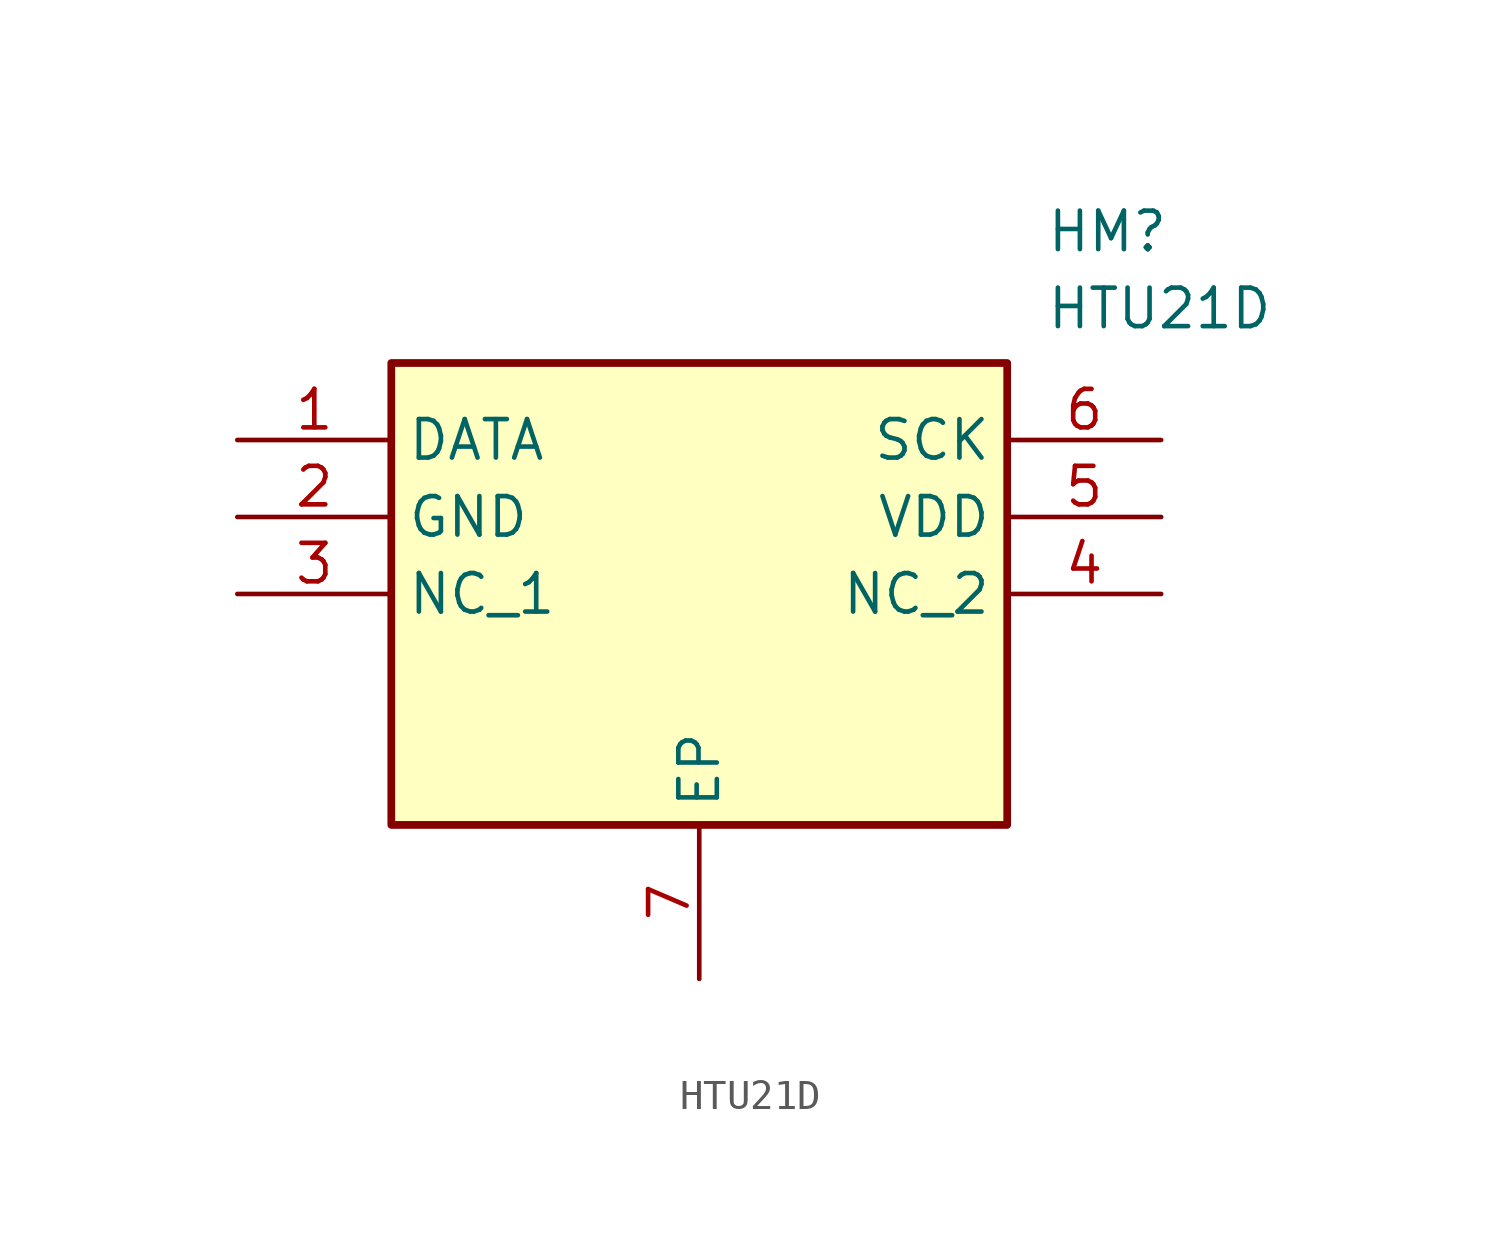
<source format=kicad_sym>
(kicad_symbol_lib
  (version 20231120)
  (generator "kicad_symbol_editor")
  (generator_version "8.0")
  (symbol "HTU21D"
    (property "Reference" "HM"
      (at 26.67 7.62 0)
      (effects (font (size 1.27 1.27)) (justify left top)))
    (property "Value" "HTU21D"
      (at 26.67 5.08 0)
      (effects (font (size 1.27 1.27)) (justify left top)))
    (symbol "HTU21D_1_1"
      (rectangle (start 5.08 2.54) (end 25.4 -12.7) (stroke (width 0.254) (type default)) (fill (type background)))
      (pin passive line (at 0 0 0) (length 5.08) (name "DATA" (effects (font (size 1.27 1.27)))) (number "1" (effects (font (size 1.27 1.27)))))
      (pin passive line (at 0 -2.54 0) (length 5.08) (name "GND" (effects (font (size 1.27 1.27)))) (number "2" (effects (font (size 1.27 1.27)))))
      (pin passive line (at 0 -5.08 0) (length 5.08) (name "NC_1" (effects (font (size 1.27 1.27)))) (number "3" (effects (font (size 1.27 1.27)))))
      (pin passive line (at 30.48 -5.08 180) (length 5.08) (name "NC_2" (effects (font (size 1.27 1.27)))) (number "4" (effects (font (size 1.27 1.27)))))
      (pin passive line (at 30.48 -2.54 180) (length 5.08) (name "VDD" (effects (font (size 1.27 1.27)))) (number "5" (effects (font (size 1.27 1.27)))))
      (pin passive line (at 30.48 0 180) (length 5.08) (name "SCK" (effects (font (size 1.27 1.27)))) (number "6" (effects (font (size 1.27 1.27)))))
      (pin passive line (at 15.24 -17.78 90) (length 5.08) (name "EP" (effects (font (size 1.27 1.27)))) (number "7" (effects (font (size 1.27 1.27))))))))
</source>
